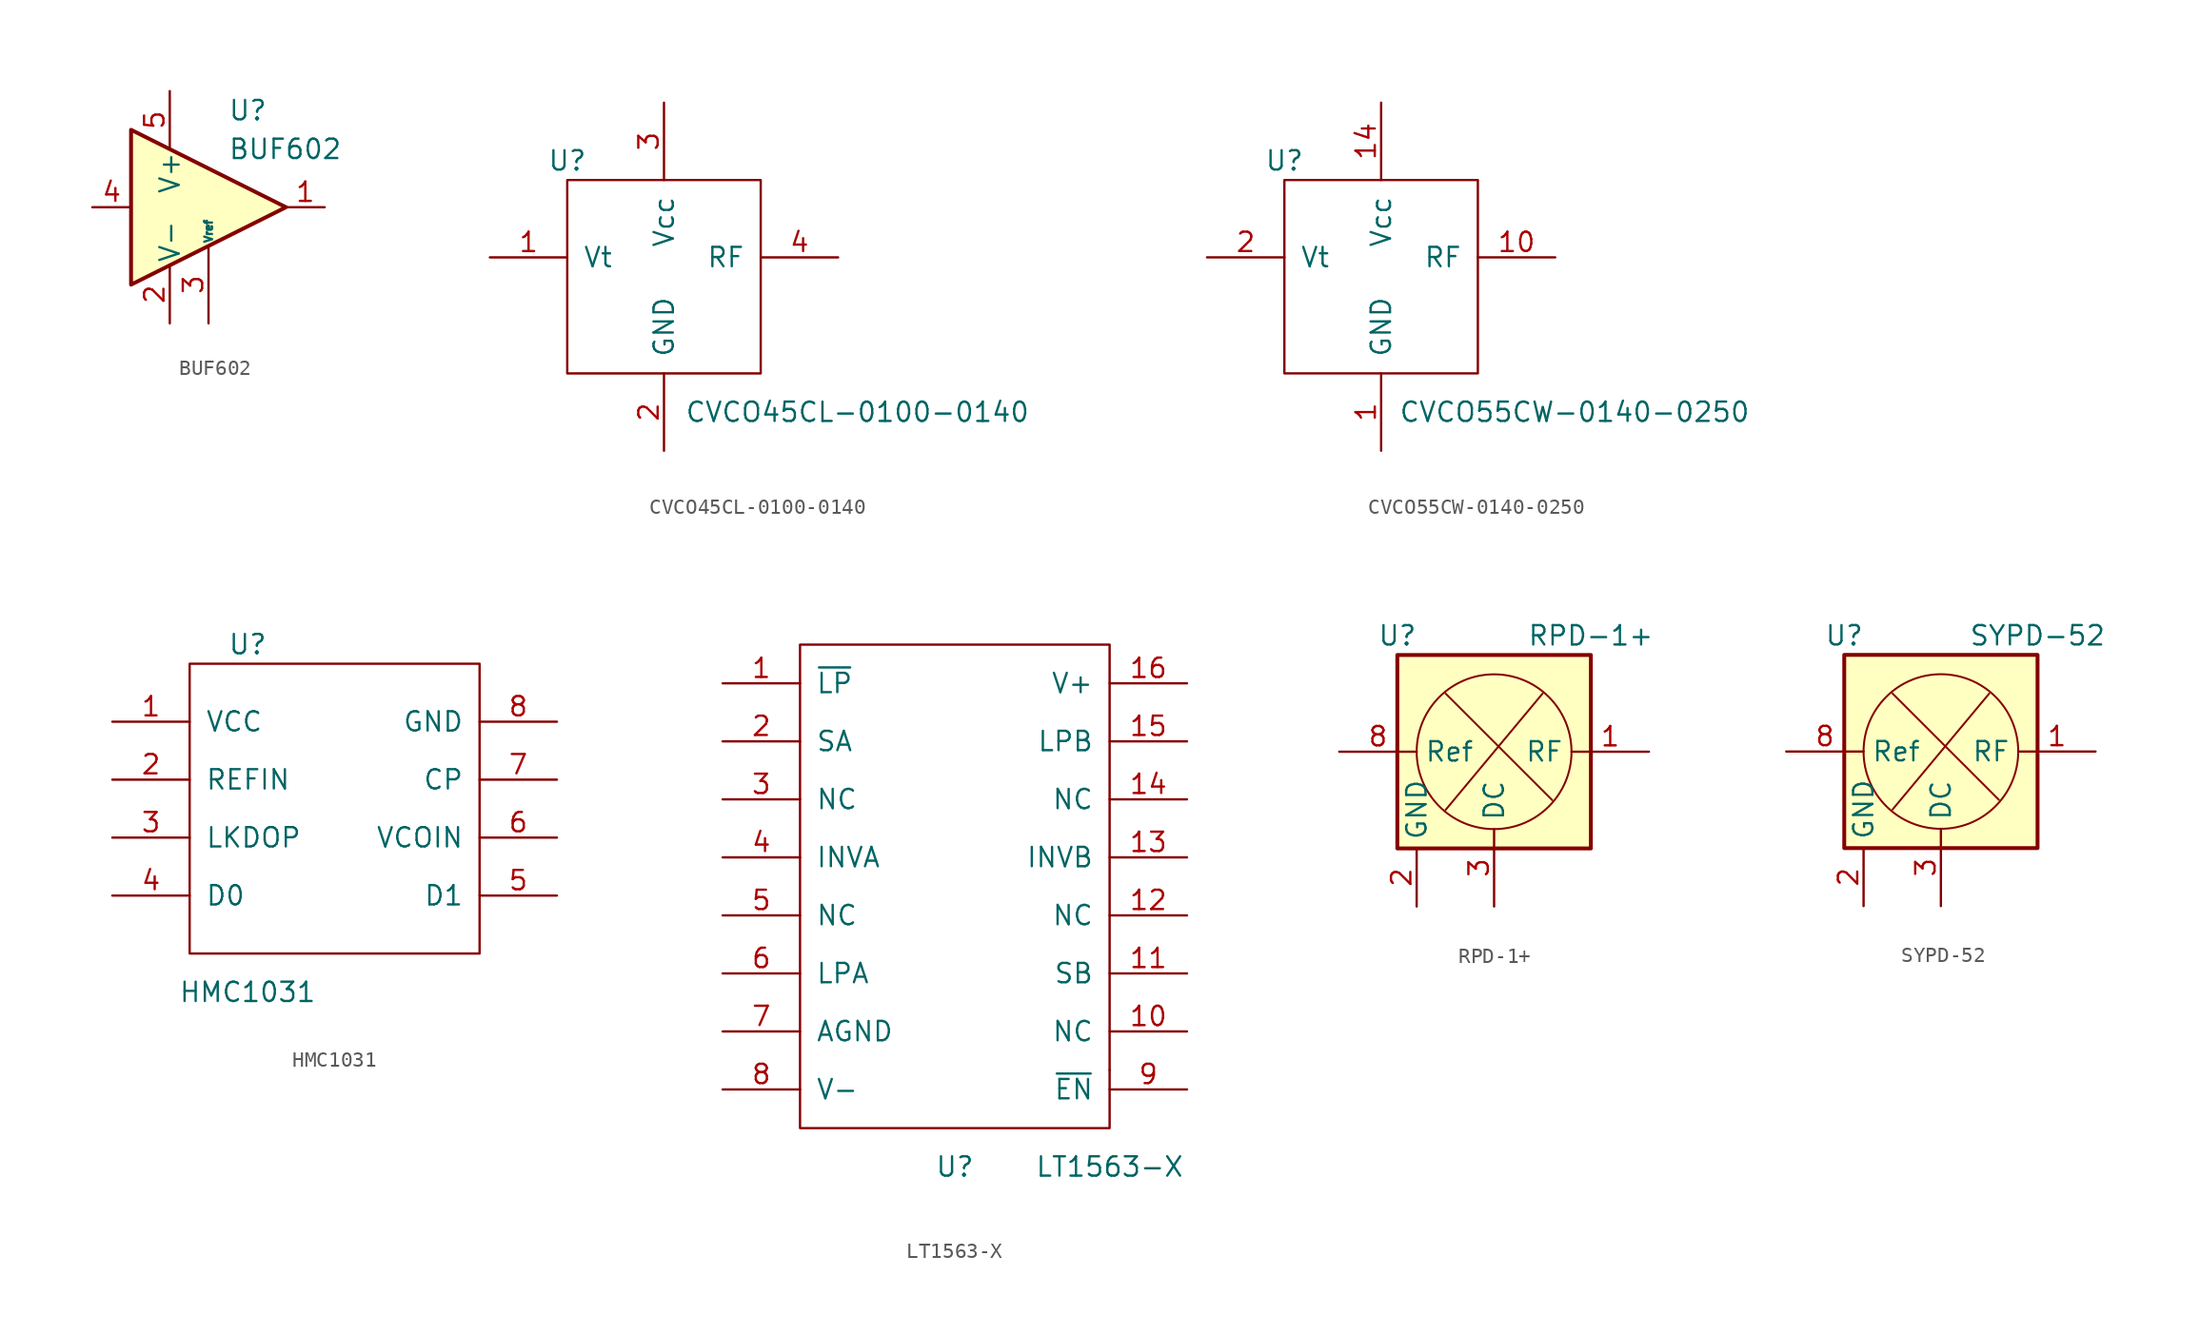
<source format=kicad_sym>
(kicad_symbol_lib
  (version 20220914)
  (generator kicad_symbol_editor)
  (symbol "BUF602"
    (pin_names
      (offset 0.127))
    (property "Reference" "U"
      (at 1.27 6.35 0)
      (effects (font (size 1.27 1.27)) (justify left)))
    (property "Value" "BUF602"
      (at 1.27 3.81 0)
      (effects (font (size 1.27 1.27)) (justify left)))
    (symbol "BUF602_0_1"
      (polyline (pts (xy -5.08 5.08) (xy 5.08 0) (xy -5.08 -5.08) (xy -5.08 5.08)) (stroke (width 0.254) (type solid)) (fill (type background))))
    (symbol "BUF602_1_1"
      (pin output line (at 7.62 0 180) (length 2.54) (name "~" (effects (font (size 1.27 1.27)))) (number "1" (effects (font (size 1.27 1.27)))))
      (pin power_in line (at -2.54 -7.62 90) (length 3.81) (name "V-" (effects (font (size 1.27 1.27)))) (number "2" (effects (font (size 1.27 1.27)))))
      (pin output line (at 0 -7.62 90) (length 5.08) (name "Vref" (effects (font (size 0.508 0.508)))) (number "3" (effects (font (size 1.27 1.27)))))
      (pin input line (at -7.62 0 0) (length 2.54) (name "~" (effects (font (size 1.27 1.27)))) (number "4" (effects (font (size 1.27 1.27)))))
      (pin power_in line (at -2.54 7.62 270) (length 3.81) (name "V+" (effects (font (size 1.27 1.27)))) (number "5" (effects (font (size 1.27 1.27)))))))
  (symbol "CVCO45CL-0100-0140"
    (pin_names
      (offset 1.016))
    (property "Reference" "U"
      (at -6.35 7.62 0)
      (effects (font (size 1.27 1.27))))
    (property "Value" "CVCO45CL-0100-0140"
      (at 12.7 -8.89 0)
      (effects (font (size 1.27 1.27))))
    (symbol "CVCO45CL-0100-0140_0_1"
      (rectangle (start -6.35 6.35) (end 6.35 -6.35) (stroke (width 0) (type solid)) (fill (type none))))
    (symbol "CVCO45CL-0100-0140_1_1"
      (pin input line (at -11.43 1.27 0) (length 5.08) (name "Vt" (effects (font (size 1.27 1.27)))) (number "1" (effects (font (size 1.27 1.27)))))
      (pin input line (at 0 -11.43 90) (length 5.08) (name "GND" (effects (font (size 1.27 1.27)))) (number "2" (effects (font (size 1.27 1.27)))))
      (pin input line (at 0 11.43 270) (length 5.08) (name "Vcc" (effects (font (size 1.27 1.27)))) (number "3" (effects (font (size 1.27 1.27)))))
      (pin output line (at 11.43 1.27 180) (length 5.08) (name "RF" (effects (font (size 1.27 1.27)))) (number "4" (effects (font (size 1.27 1.27)))))
      (pin passive line (at 0 -11.43 90) (length 5.08) hide (name "GND" (effects (font (size 1.27 1.27)))) (number "5" (effects (font (size 1.27 1.27)))))
      (pin passive line (at 0 -11.43 90) (length 5.08) hide (name "GND" (effects (font (size 1.27 1.27)))) (number "6" (effects (font (size 1.27 1.27)))))))
  (symbol "CVCO55CW-0140-0250"
    (pin_names
      (offset 1.016))
    (property "Reference" "U"
      (at -6.35 7.62 0)
      (effects (font (size 1.27 1.27))))
    (property "Value" "CVCO55CW-0140-0250"
      (at 12.7 -8.89 0)
      (effects (font (size 1.27 1.27))))
    (symbol "CVCO55CW-0140-0250_0_1"
      (rectangle (start -6.35 6.35) (end 6.35 -6.35) (stroke (width 0) (type solid)) (fill (type none))))
    (symbol "CVCO55CW-0140-0250_1_1"
      (pin input line (at 0 -11.43 90) (length 5.08) (name "GND" (effects (font (size 1.27 1.27)))) (number "1" (effects (font (size 1.27 1.27)))))
      (pin output line (at 11.43 1.27 180) (length 5.08) (name "RF" (effects (font (size 1.27 1.27)))) (number "10" (effects (font (size 1.27 1.27)))))
      (pin passive line (at 0 -11.43 90) (length 5.08) hide (name "GND" (effects (font (size 1.27 1.27)))) (number "11" (effects (font (size 1.27 1.27)))))
      (pin passive line (at 0 -11.43 90) (length 5.08) hide (name "GND" (effects (font (size 1.27 1.27)))) (number "12" (effects (font (size 1.27 1.27)))))
      (pin passive line (at 0 -11.43 90) (length 5.08) hide (name "GND" (effects (font (size 1.27 1.27)))) (number "13" (effects (font (size 1.27 1.27)))))
      (pin input line (at 0 11.43 270) (length 5.08) (name "Vcc" (effects (font (size 1.27 1.27)))) (number "14" (effects (font (size 1.27 1.27)))))
      (pin passive line (at 0 -11.43 90) (length 5.08) hide (name "GND" (effects (font (size 1.27 1.27)))) (number "15" (effects (font (size 1.27 1.27)))))
      (pin passive line (at 0 -11.43 90) (length 5.08) hide (name "GND" (effects (font (size 1.27 1.27)))) (number "16" (effects (font (size 1.27 1.27)))))
      (pin input line (at -11.43 1.27 0) (length 5.08) (name "Vt" (effects (font (size 1.27 1.27)))) (number "2" (effects (font (size 1.27 1.27)))))
      (pin passive line (at 0 -11.43 90) (length 5.08) hide (name "GND" (effects (font (size 1.27 1.27)))) (number "3" (effects (font (size 1.27 1.27)))))
      (pin passive line (at 0 -11.43 90) (length 5.08) hide (name "GND" (effects (font (size 1.27 1.27)))) (number "4" (effects (font (size 1.27 1.27)))))
      (pin passive line (at 0 -11.43 90) (length 5.08) hide (name "GND" (effects (font (size 1.27 1.27)))) (number "5" (effects (font (size 1.27 1.27)))))
      (pin passive line (at 0 -11.43 90) (length 5.08) hide (name "GND" (effects (font (size 1.27 1.27)))) (number "6" (effects (font (size 1.27 1.27)))))
      (pin passive line (at 0 -11.43 90) (length 5.08) hide (name "GND" (effects (font (size 1.27 1.27)))) (number "7" (effects (font (size 1.27 1.27)))))
      (pin passive line (at 0 -11.43 90) (length 5.08) hide (name "GND" (effects (font (size 1.27 1.27)))) (number "8" (effects (font (size 1.27 1.27)))))
      (pin passive line (at 0 -11.43 90) (length 5.08) hide (name "GND" (effects (font (size 1.27 1.27)))) (number "9" (effects (font (size 1.27 1.27)))))))
  (symbol "HMC1031"
    (pin_names
      (offset 1.016))
    (property "Reference" "U"
      (at -5.08 10.16 0)
      (effects (font (size 1.27 1.27))))
    (property "Value" "HMC1031"
      (at -5.08 -12.7 0)
      (effects (font (size 1.27 1.27))))
    (symbol "HMC1031_0_1"
      (rectangle (start -8.89 8.89) (end 10.16 -10.16) (stroke (width 0) (type solid)) (fill (type none))))
    (symbol "HMC1031_1_1"
      (pin input line (at -13.97 5.08 0) (length 5.08) (name "VCC" (effects (font (size 1.27 1.27)))) (number "1" (effects (font (size 1.27 1.27)))))
      (pin input line (at -13.97 1.27 0) (length 5.08) (name "REFIN" (effects (font (size 1.27 1.27)))) (number "2" (effects (font (size 1.27 1.27)))))
      (pin passive line (at -13.97 -2.54 0) (length 5.08) (name "LKDOP" (effects (font (size 1.27 1.27)))) (number "3" (effects (font (size 1.27 1.27)))))
      (pin input line (at -13.97 -6.35 0) (length 5.08) (name "D0" (effects (font (size 1.27 1.27)))) (number "4" (effects (font (size 1.27 1.27)))))
      (pin input line (at 15.24 -6.35 180) (length 5.08) (name "D1" (effects (font (size 1.27 1.27)))) (number "5" (effects (font (size 1.27 1.27)))))
      (pin input line (at 15.24 -2.54 180) (length 5.08) (name "VCOIN" (effects (font (size 1.27 1.27)))) (number "6" (effects (font (size 1.27 1.27)))))
      (pin output line (at 15.24 1.27 180) (length 5.08) (name "CP" (effects (font (size 1.27 1.27)))) (number "7" (effects (font (size 1.27 1.27)))))
      (pin input line (at 15.24 5.08 180) (length 5.08) (name "GND" (effects (font (size 1.27 1.27)))) (number "8" (effects (font (size 1.27 1.27)))))))
  (symbol "LT1563-X"
    (pin_names
      (offset 1.016))
    (property "Reference" "U"
      (at 0 -3.81 0)
      (effects (font (size 1.27 1.27))))
    (property "Value" "LT1563-X"
      (at 10.16 -3.81 0)
      (effects (font (size 1.27 1.27))))
    (symbol "LT1563-X_0_1"
      (rectangle (start -10.16 30.48) (end 10.16 -1.27) (stroke (width 0) (type solid)) (fill (type none)))
      (rectangle (start 10.16 2.54) (end 10.16 2.54) (stroke (width 0) (type solid)) (fill (type none))))
    (symbol "LT1563-X_1_1"
      (pin passive line (at -15.24 27.94 0) (length 5.08) (name "~{LP}" (effects (font (size 1.27 1.27)))) (number "1" (effects (font (size 1.27 1.27)))))
      (pin passive line (at 15.24 5.08 180) (length 5.08) (name "NC" (effects (font (size 1.27 1.27)))) (number "10" (effects (font (size 1.27 1.27)))))
      (pin passive line (at 15.24 8.89 180) (length 5.08) (name "SB" (effects (font (size 1.27 1.27)))) (number "11" (effects (font (size 1.27 1.27)))))
      (pin passive line (at 15.24 12.7 180) (length 5.08) (name "NC" (effects (font (size 1.27 1.27)))) (number "12" (effects (font (size 1.27 1.27)))))
      (pin input line (at 15.24 16.51 180) (length 5.08) (name "INVB" (effects (font (size 1.27 1.27)))) (number "13" (effects (font (size 1.27 1.27)))))
      (pin passive line (at 15.24 20.32 180) (length 5.08) (name "NC" (effects (font (size 1.27 1.27)))) (number "14" (effects (font (size 1.27 1.27)))))
      (pin output line (at 15.24 24.13 180) (length 5.08) (name "LPB" (effects (font (size 1.27 1.27)))) (number "15" (effects (font (size 1.27 1.27)))))
      (pin power_in line (at 15.24 27.94 180) (length 5.08) (name "V+" (effects (font (size 1.27 1.27)))) (number "16" (effects (font (size 1.27 1.27)))))
      (pin passive line (at -15.24 24.13 0) (length 5.08) (name "SA" (effects (font (size 1.27 1.27)))) (number "2" (effects (font (size 1.27 1.27)))))
      (pin passive line (at -15.24 20.32 0) (length 5.08) (name "NC" (effects (font (size 1.27 1.27)))) (number "3" (effects (font (size 1.27 1.27)))))
      (pin input line (at -15.24 16.51 0) (length 5.08) (name "INVA" (effects (font (size 1.27 1.27)))) (number "4" (effects (font (size 1.27 1.27)))))
      (pin passive line (at -15.24 12.7 0) (length 5.08) (name "NC" (effects (font (size 1.27 1.27)))) (number "5" (effects (font (size 1.27 1.27)))))
      (pin output line (at -15.24 8.89 0) (length 5.08) (name "LPA" (effects (font (size 1.27 1.27)))) (number "6" (effects (font (size 1.27 1.27)))))
      (pin passive line (at -15.24 5.08 0) (length 5.08) (name "AGND" (effects (font (size 1.27 1.27)))) (number "7" (effects (font (size 1.27 1.27)))))
      (pin power_in line (at -15.24 1.27 0) (length 5.08) (name "V-" (effects (font (size 1.27 1.27)))) (number "8" (effects (font (size 1.27 1.27)))))
      (pin passive line (at 15.24 1.27 180) (length 5.08) (name "~{EN}" (effects (font (size 1.27 1.27)))) (number "9" (effects (font (size 1.27 1.27)))))))
  (symbol "RPD-1+"
    (property "Reference" "U"
      (at -6.35 7.62 0)
      (effects (font (size 1.27 1.27))))
    (property "Value" "RPD-1+"
      (at 6.35 7.62 0)
      (effects (font (size 1.27 1.27))))
    (symbol "RPD-1+_0_1"
      (rectangle (start -6.35 6.35) (end 6.35 -6.35) (stroke (width 0.254) (type solid)) (fill (type background)))
      (polyline (pts (xy -3.175 -3.81) (xy 3.175 3.81)) (stroke (width 0.127) (type solid)) (fill (type none)))
      (polyline (pts (xy 3.81 -3.175) (xy -3.175 3.81)) (stroke (width 0.127) (type solid)) (fill (type none)))
      (circle (center 0 0) (radius 5.08) (stroke (width 0.127) (type solid)) (fill (type none))))
    (symbol "RPD-1+_1_1"
      (pin input line (at 10.16 0 180) (length 5.08) (name "RF" (effects (font (size 1.27 1.27)))) (number "1" (effects (font (size 1.27 1.27)))))
      (pin power_in line (at -5.08 -10.16 90) (length 3.81) (name "GND" (effects (font (size 1.27 1.27)))) (number "2" (effects (font (size 1.27 1.27)))))
      (pin output line (at 0 -10.16 90) (length 5.08) (name "DC" (effects (font (size 1.27 1.27)))) (number "3" (effects (font (size 1.27 1.27)))))
      (pin passive line (at 0 -10.16 90) (length 3.81) hide (name "DC" (effects (font (size 1.27 1.27)))) (number "4" (effects (font (size 1.27 1.27)))))
      (pin passive line (at -5.08 -10.16 90) (length 3.81) hide (name "GND" (effects (font (size 1.27 1.27)))) (number "5" (effects (font (size 1.27 1.27)))))
      (pin passive line (at -5.08 -10.16 90) (length 3.81) hide (name "GND" (effects (font (size 1.27 1.27)))) (number "6" (effects (font (size 1.27 1.27)))))
      (pin passive line (at -5.08 -10.16 90) (length 3.81) hide (name "GND" (effects (font (size 1.27 1.27)))) (number "7" (effects (font (size 1.27 1.27)))))
      (pin input line (at -10.16 0 0) (length 5.08) (name "Ref" (effects (font (size 1.27 1.27)))) (number "8" (effects (font (size 1.27 1.27)))))))
  (symbol "SYPD-52"
    (property "Reference" "U"
      (at -6.35 7.62 0)
      (effects (font (size 1.27 1.27))))
    (property "Value" "SYPD-52"
      (at 6.35 7.62 0)
      (effects (font (size 1.27 1.27))))
    (symbol "SYPD-52_0_1"
      (rectangle (start -6.35 6.35) (end 6.35 -6.35) (stroke (width 0.254) (type solid)) (fill (type background)))
      (polyline (pts (xy -3.175 -3.81) (xy 3.175 3.81)) (stroke (width 0.127) (type solid)) (fill (type none)))
      (polyline (pts (xy 3.81 -3.175) (xy -3.175 3.81)) (stroke (width 0.127) (type solid)) (fill (type none)))
      (circle (center 0 0) (radius 5.08) (stroke (width 0.127) (type solid)) (fill (type none))))
    (symbol "SYPD-52_1_1"
      (pin input line (at 10.16 0 180) (length 5.08) (name "RF" (effects (font (size 1.27 1.27)))) (number "1" (effects (font (size 1.27 1.27)))))
      (pin power_in line (at -5.08 -10.16 90) (length 3.81) (name "GND" (effects (font (size 1.27 1.27)))) (number "2" (effects (font (size 1.27 1.27)))))
      (pin output line (at 0 -10.16 90) (length 5.08) (name "DC" (effects (font (size 1.27 1.27)))) (number "3" (effects (font (size 1.27 1.27)))))
      (pin passive line (at 0 -10.16 90) (length 3.81) hide (name "DC" (effects (font (size 1.27 1.27)))) (number "4" (effects (font (size 1.27 1.27)))))
      (pin passive line (at -5.08 -10.16 90) (length 3.81) hide (name "GND" (effects (font (size 1.27 1.27)))) (number "5" (effects (font (size 1.27 1.27)))))
      (pin passive line (at -5.08 -10.16 90) (length 3.81) hide (name "GND" (effects (font (size 1.27 1.27)))) (number "6" (effects (font (size 1.27 1.27)))))
      (pin passive line (at -5.08 -10.16 90) (length 3.81) hide (name "GND" (effects (font (size 1.27 1.27)))) (number "7" (effects (font (size 1.27 1.27)))))
      (pin input line (at -10.16 0 0) (length 5.08) (name "Ref" (effects (font (size 1.27 1.27)))) (number "8" (effects (font (size 1.27 1.27))))))))
</source>
